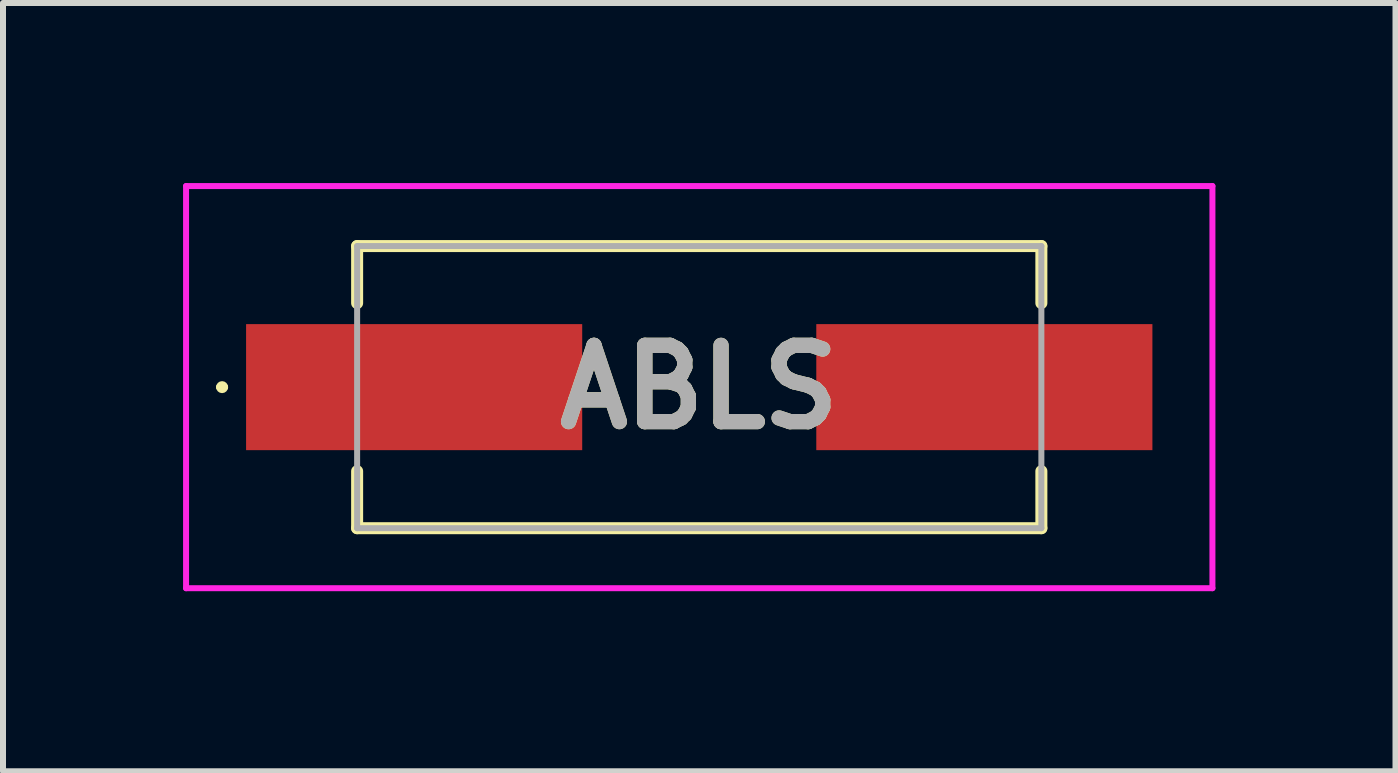
<source format=kicad_pcb>
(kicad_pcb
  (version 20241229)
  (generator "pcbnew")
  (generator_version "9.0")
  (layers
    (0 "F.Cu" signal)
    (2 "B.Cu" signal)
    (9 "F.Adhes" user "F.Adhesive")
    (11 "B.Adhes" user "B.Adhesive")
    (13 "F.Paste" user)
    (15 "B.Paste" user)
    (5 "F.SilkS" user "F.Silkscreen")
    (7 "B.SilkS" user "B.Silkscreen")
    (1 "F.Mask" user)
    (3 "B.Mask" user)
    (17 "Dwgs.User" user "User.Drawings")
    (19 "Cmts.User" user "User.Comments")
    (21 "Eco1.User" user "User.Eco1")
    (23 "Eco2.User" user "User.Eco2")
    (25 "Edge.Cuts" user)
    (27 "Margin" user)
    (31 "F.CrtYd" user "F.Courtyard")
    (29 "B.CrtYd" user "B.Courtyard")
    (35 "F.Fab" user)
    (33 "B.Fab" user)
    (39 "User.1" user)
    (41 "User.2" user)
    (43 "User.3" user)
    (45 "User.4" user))
  (footprint "ABLS"
    (layer "F.Cu")
    (at 8.6 3.4)
    (property "Reference" "ABLS" (at 0 0 0) (layer "F.SilkS") (effects (font (size 1.27 1.27) (thickness 0.254))))
    (attr smd)
    (fp_line (start -8 0) (end -8 0) (stroke (width 0.1) (type solid)) (layer "F.SilkS"))
    (fp_line (start -7.9 0) (end -7.9 0) (stroke (width 0.1) (type solid)) (layer "F.SilkS"))
    (fp_line (start -5.7 -2.35) (end 5.7 -2.35) (stroke (width 0.2) (type solid)) (layer "F.SilkS"))
    (fp_line (start -5.7 -1.4) (end -5.7 -2.35) (stroke (width 0.2) (type solid)) (layer "F.SilkS"))
    (fp_line (start -5.7 2.35) (end -5.7 1.4) (stroke (width 0.2) (type solid)) (layer "F.SilkS"))
    (fp_line (start 5.7 -2.35) (end 5.7 -1.4) (stroke (width 0.2) (type solid)) (layer "F.SilkS"))
    (fp_line (start 5.7 1.4) (end 5.7 2.35) (stroke (width 0.2) (type solid)) (layer "F.SilkS"))
    (fp_line (start 5.7 2.35) (end -5.7 2.35) (stroke (width 0.2) (type solid)) (layer "F.SilkS"))
    (fp_arc (start -8 0) (mid -7.95 -0.05) (end -7.9 0) (stroke (width 0.1) (type solid)) (layer "F.SilkS"))
    (fp_arc (start -7.9 0) (mid -7.95 0.05) (end -8 0) (stroke (width 0.1) (type solid)) (layer "F.SilkS"))
    (fp_line (start -8.55 -3.35) (end 8.55 -3.35) (stroke (width 0.1) (type solid)) (layer "F.CrtYd"))
    (fp_line (start -8.55 3.35) (end -8.55 -3.35) (stroke (width 0.1) (type solid)) (layer "F.CrtYd"))
    (fp_line (start 8.55 -3.35) (end 8.55 3.35) (stroke (width 0.1) (type solid)) (layer "F.CrtYd"))
    (fp_line (start 8.55 3.35) (end -8.55 3.35) (stroke (width 0.1) (type solid)) (layer "F.CrtYd"))
    (fp_line (start -5.7 -2.35) (end 5.7 -2.35) (stroke (width 0.1) (type solid)) (layer "F.Fab"))
    (fp_line (start -5.7 2.35) (end -5.7 -2.35) (stroke (width 0.1) (type solid)) (layer "F.Fab"))
    (fp_line (start 5.7 -2.35) (end 5.7 2.35) (stroke (width 0.1) (type solid)) (layer "F.Fab"))
    (fp_line (start 5.7 2.35) (end -5.7 2.35) (stroke (width 0.1) (type solid)) (layer "F.Fab"))
    (fp_text user "${REFERENCE}" (at 0 0 0) (layer "F.Fab") (effects (font (size 1.27 1.27) (thickness 0.254))))
    (pad "1" smd rect (at -4.75 0 90) (size 2.1 5.6) (layers "F.Cu" "F.Mask" "F.Paste"))
    (pad "2" smd rect (at 4.75 0 90) (size 2.1 5.6) (layers "F.Cu" "F.Mask" "F.Paste")))
  (gr_rect
    (start -3 -3)
    (end 20.2 9.8)
    (stroke (width 0.1) (type default))
    (fill no)
    (layer "Edge.Cuts")))
</source>
